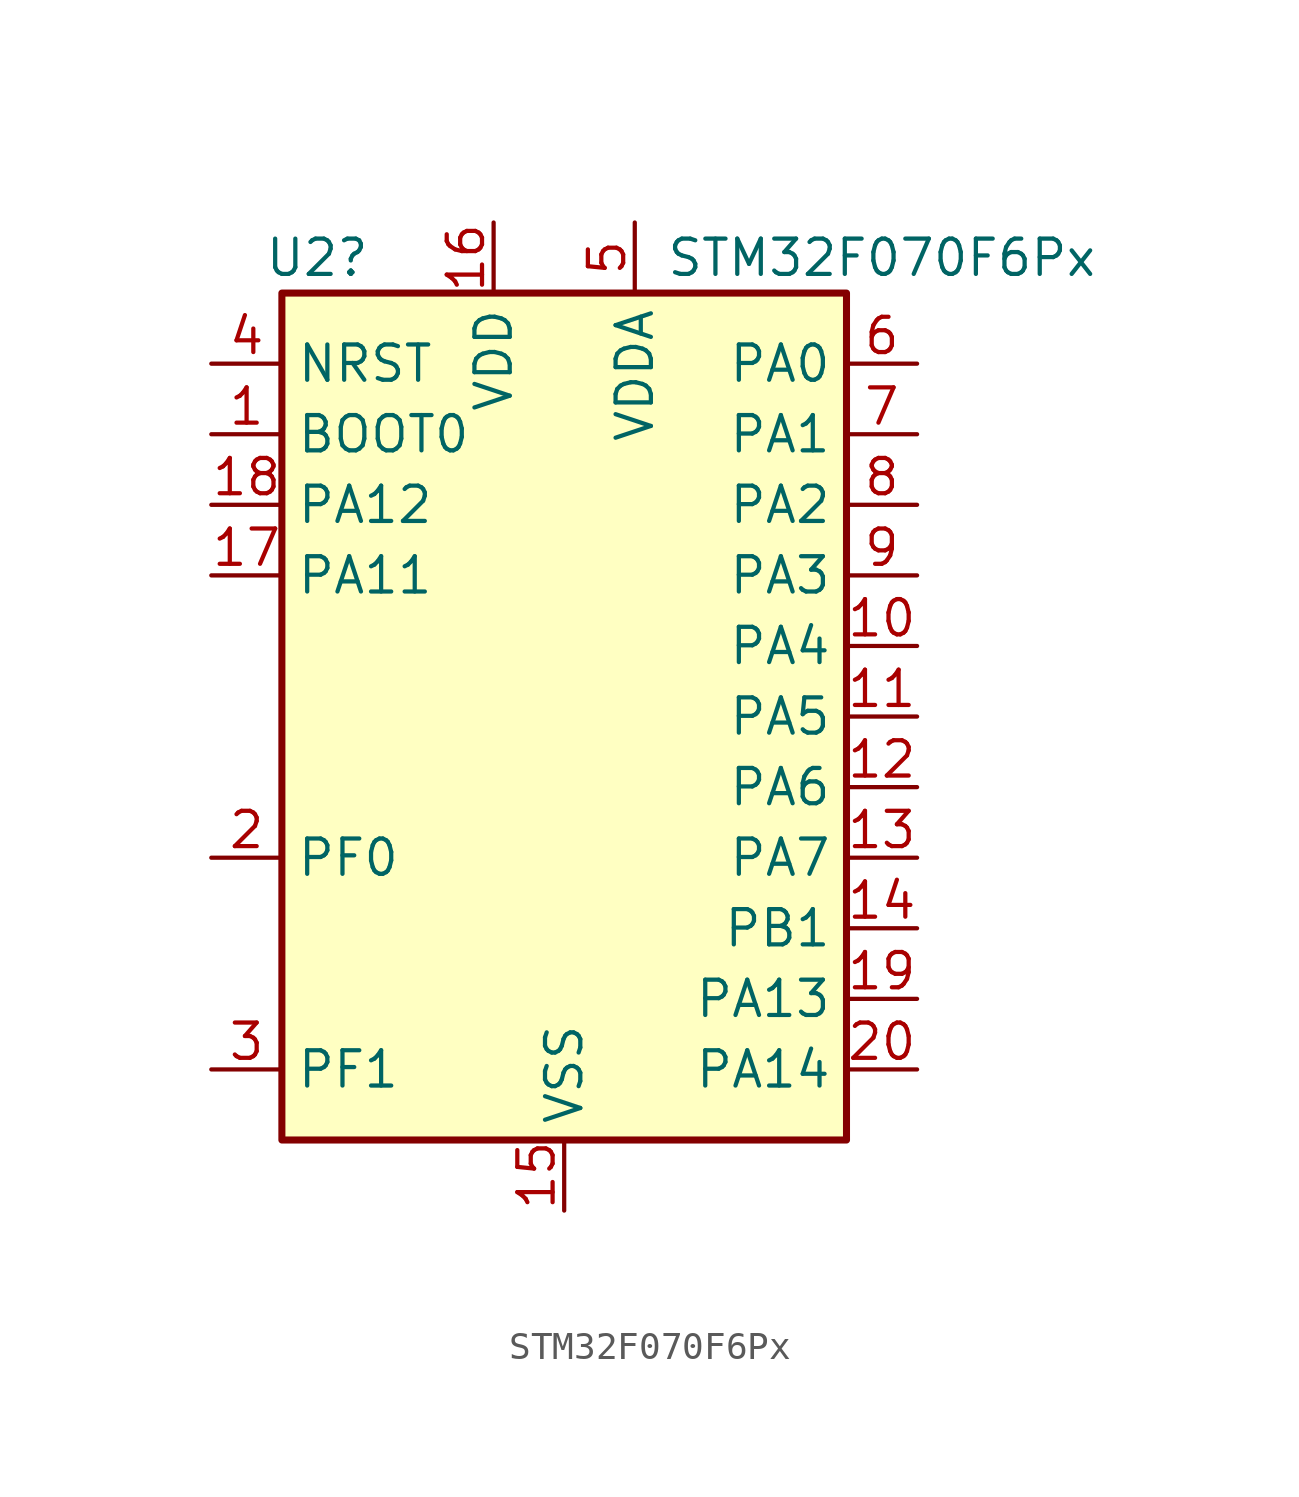
<source format=kicad_sym>
(kicad_symbol_lib
  (version 20211014)
  (generator kicad_symbol_editor)
  (symbol "STM32F070F6Px"
    (property "Reference" "U2"
      (at -8.89 17.78 0)
      (effects (font (size 1.27 1.27))))
    (property "Value" "STM32F070F6Px"
      (at 11.43 17.78 0)
      (effects (font (size 1.27 1.27))))
    (symbol "STM32F070F6Px_0_1"
      (rectangle (start -10.16 16.51) (end 10.16 -13.97) (stroke (width 0.254) (type default) (color 0 0 0 0)) (fill (type background))))
    (symbol "STM32F070F6Px_1_1"
      (pin input line (at -12.7 11.43 0) (length 2.54) (name "BOOT0" (effects (font (size 1.27 1.27)))) (number "1" (effects (font (size 1.27 1.27)))))
      (pin bidirectional line (at 12.7 3.81 180) (length 2.54) (name "PA4" (effects (font (size 1.27 1.27)))) (number "10" (effects (font (size 1.27 1.27)))))
      (pin bidirectional line (at 12.7 1.27 180) (length 2.54) (name "PA5" (effects (font (size 1.27 1.27)))) (number "11" (effects (font (size 1.27 1.27)))))
      (pin bidirectional line (at 12.7 -1.27 180) (length 2.54) (name "PA6" (effects (font (size 1.27 1.27)))) (number "12" (effects (font (size 1.27 1.27)))))
      (pin bidirectional line (at 12.7 -3.81 180) (length 2.54) (name "PA7" (effects (font (size 1.27 1.27)))) (number "13" (effects (font (size 1.27 1.27)))))
      (pin bidirectional line (at 12.7 -6.35 180) (length 2.54) (name "PB1" (effects (font (size 1.27 1.27)))) (number "14" (effects (font (size 1.27 1.27)))))
      (pin power_in line (at 0 -16.51 90) (length 2.54) (name "VSS" (effects (font (size 1.27 1.27)))) (number "15" (effects (font (size 1.27 1.27)))))
      (pin power_in line (at -2.54 19.05 270) (length 2.54) (name "VDD" (effects (font (size 1.27 1.27)))) (number "16" (effects (font (size 1.27 1.27)))))
      (pin bidirectional line (at -12.7 6.35 0) (length 2.54) (name "PA11" (effects (font (size 1.27 1.27)))) (number "17" (effects (font (size 1.27 1.27)))))
      (pin bidirectional line (at -12.7 8.89 0) (length 2.54) (name "PA12" (effects (font (size 1.27 1.27)))) (number "18" (effects (font (size 1.27 1.27)))))
      (pin bidirectional line (at 12.7 -8.89 180) (length 2.54) (name "PA13" (effects (font (size 1.27 1.27)))) (number "19" (effects (font (size 1.27 1.27)))))
      (pin input line (at -12.7 -3.81 0) (length 2.54) (name "PF0" (effects (font (size 1.27 1.27)))) (number "2" (effects (font (size 1.27 1.27)))))
      (pin bidirectional line (at 12.7 -11.43 180) (length 2.54) (name "PA14" (effects (font (size 1.27 1.27)))) (number "20" (effects (font (size 1.27 1.27)))))
      (pin input line (at -12.7 -11.43 0) (length 2.54) (name "PF1" (effects (font (size 1.27 1.27)))) (number "3" (effects (font (size 1.27 1.27)))))
      (pin input line (at -12.7 13.97 0) (length 2.54) (name "NRST" (effects (font (size 1.27 1.27)))) (number "4" (effects (font (size 1.27 1.27)))))
      (pin bidirectional line (at 2.54 19.05 270) (length 2.54) (name "VDDA" (effects (font (size 1.27 1.27)))) (number "5" (effects (font (size 1.27 1.27)))))
      (pin bidirectional line (at 12.7 13.97 180) (length 2.54) (name "PA0" (effects (font (size 1.27 1.27)))) (number "6" (effects (font (size 1.27 1.27)))))
      (pin bidirectional line (at 12.7 11.43 180) (length 2.54) (name "PA1" (effects (font (size 1.27 1.27)))) (number "7" (effects (font (size 1.27 1.27)))))
      (pin bidirectional line (at 12.7 8.89 180) (length 2.54) (name "PA2" (effects (font (size 1.27 1.27)))) (number "8" (effects (font (size 1.27 1.27)))))
      (pin bidirectional line (at 12.7 6.35 180) (length 2.54) (name "PA3" (effects (font (size 1.27 1.27)))) (number "9" (effects (font (size 1.27 1.27))))))))
</source>
